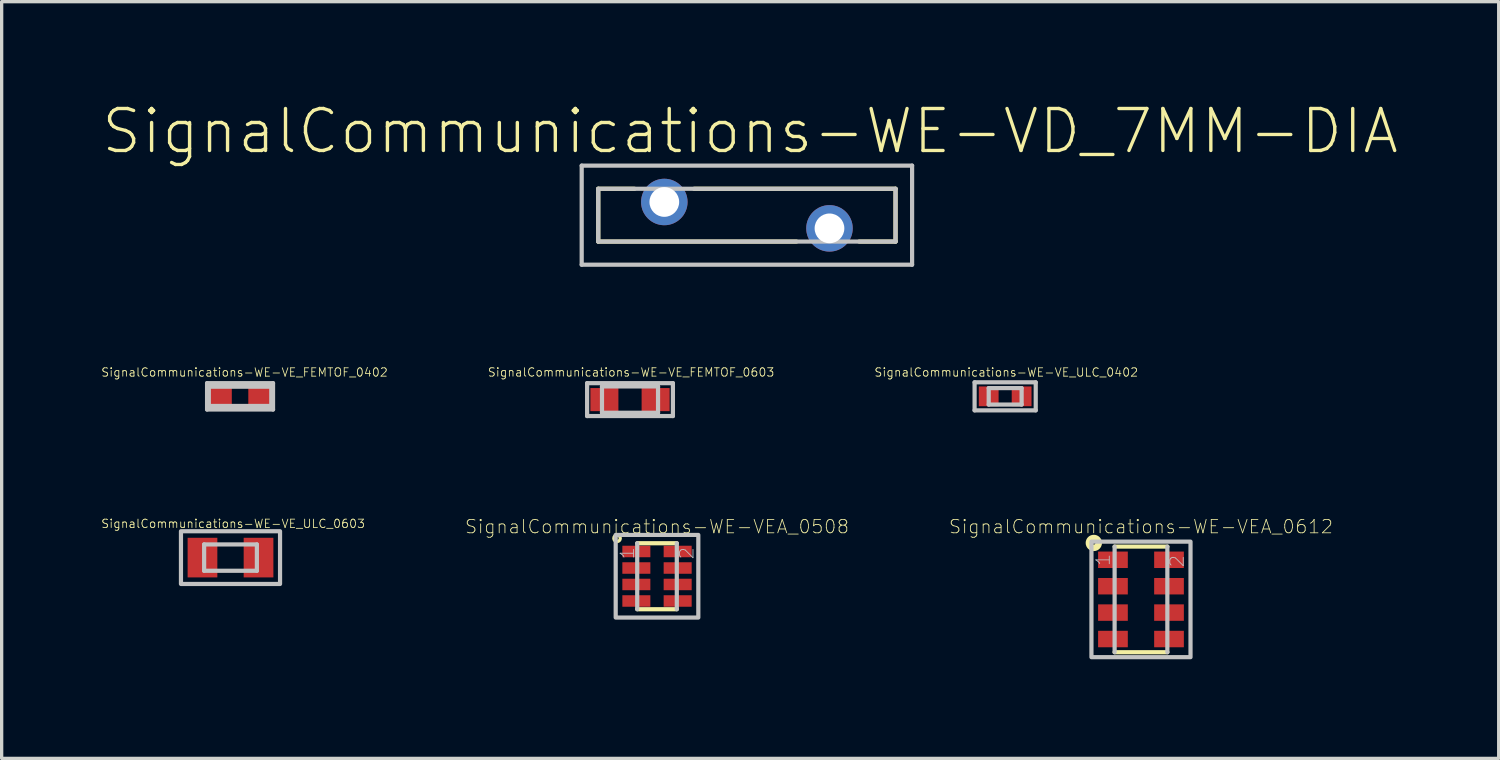
<source format=kicad_pcb>
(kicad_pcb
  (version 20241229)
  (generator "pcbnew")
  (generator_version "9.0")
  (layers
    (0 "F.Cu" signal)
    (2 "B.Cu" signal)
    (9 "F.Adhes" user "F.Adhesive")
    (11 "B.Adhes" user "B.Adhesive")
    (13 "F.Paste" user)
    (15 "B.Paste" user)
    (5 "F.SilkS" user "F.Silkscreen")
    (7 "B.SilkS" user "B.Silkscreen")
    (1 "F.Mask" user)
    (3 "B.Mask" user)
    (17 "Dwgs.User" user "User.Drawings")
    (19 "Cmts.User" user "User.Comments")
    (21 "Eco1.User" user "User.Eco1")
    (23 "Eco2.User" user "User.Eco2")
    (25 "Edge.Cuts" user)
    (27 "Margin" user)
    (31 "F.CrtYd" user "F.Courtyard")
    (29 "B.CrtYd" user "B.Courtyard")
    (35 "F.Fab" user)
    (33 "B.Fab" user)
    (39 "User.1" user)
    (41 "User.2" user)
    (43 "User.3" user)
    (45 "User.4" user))
  (footprint "SignalCommunications-WE-VE_FEMTOF_0603"
    (layer "F.Cu")
    (at 16.014 9.042)
    (property "Reference" "SignalCommunications-WE-VE_FEMTOF_0603" (at 0.033 -0.826 0) (layer "F.SilkS") (effects (font (size 0.254 0.254) (thickness 0.025))))
    (attr smd)
    (fp_line (start -1.298 0.498) (end -1.298 -0.498) (stroke (width 0.127) (type solid)) (layer "Dwgs.User"))
    (fp_line (start -0.848 -0.399) (end -0.848 0.399) (stroke (width 0.127) (type solid)) (layer "Dwgs.User"))
    (fp_line (start 0.848 -0.399) (end -0.848 -0.399) (stroke (width 0.127) (type solid)) (layer "Dwgs.User"))
    (fp_line (start 0.848 -0.399) (end 0.848 0.399) (stroke (width 0.127) (type solid)) (layer "Dwgs.User"))
    (fp_line (start 0.848 0.399) (end -0.848 0.399) (stroke (width 0.127) (type solid)) (layer "Dwgs.User"))
    (fp_line (start 1.298 -0.498) (end -1.298 -0.498) (stroke (width 0.127) (type solid)) (layer "Dwgs.User"))
    (fp_line (start 1.298 0.498) (end -1.298 0.498) (stroke (width 0.127) (type solid)) (layer "Dwgs.User"))
    (fp_line (start 1.298 0.498) (end 1.298 -0.498) (stroke (width 0.127) (type solid)) (layer "Dwgs.User"))
    (pad "1" smd rect (at -0.775 0) (size 0.848 0.699) (layers "F.Cu" "F.Mask" "F.Paste"))
    (pad "2" smd rect (at 0.775 0) (size 0.848 0.699) (layers "F.Cu" "F.Mask" "F.Paste")))
  (footprint "SignalCommunications-WE-VE_ULC_0402"
    (layer "F.Cu")
    (at 27.366 8.943)
    (property "Reference" "SignalCommunications-WE-VE_ULC_0402" (at 0.033 -0.726 0) (layer "F.SilkS") (effects (font (size 0.254 0.254) (thickness 0.025))))
    (attr smd)
    (fp_line (start -0.925 -0.424) (end -0.925 0.424) (stroke (width 0.127) (type solid)) (layer "Dwgs.User"))
    (fp_line (start -0.925 -0.424) (end 0.925 -0.424) (stroke (width 0.127) (type solid)) (layer "Dwgs.User"))
    (fp_line (start -0.925 0.424) (end 0.925 0.424) (stroke (width 0.127) (type solid)) (layer "Dwgs.User"))
    (fp_line (start -0.498 -0.249) (end -0.498 0.249) (stroke (width 0.127) (type solid)) (layer "Dwgs.User"))
    (fp_line (start -0.498 -0.249) (end 0.498 -0.249) (stroke (width 0.127) (type solid)) (layer "Dwgs.User"))
    (fp_line (start -0.498 0.249) (end 0.498 0.249) (stroke (width 0.127) (type solid)) (layer "Dwgs.User"))
    (fp_line (start 0.498 -0.249) (end 0.498 0.249) (stroke (width 0.127) (type solid)) (layer "Dwgs.User"))
    (fp_line (start 0.925 -0.424) (end 0.925 0.424) (stroke (width 0.127) (type solid)) (layer "Dwgs.User"))
    (pad "1" smd rect (at -0.498 0) (size 0.599 0.599) (layers "F.Cu" "F.Mask" "F.Paste"))
    (pad "2" smd rect (at 0.498 0) (size 0.599 0.599) (layers "F.Cu" "F.Mask" "F.Paste")))
  (footprint "SignalCommunications-WE-VE_ULC_0603"
    (layer "F.Cu")
    (at 3.925 13.823)
    (property "Reference" "SignalCommunications-WE-VE_ULC_0603" (at 0.079 -1.026 0) (layer "F.SilkS") (effects (font (size 0.254 0.254) (thickness 0.025))))
    (attr smd)
    (fp_line (start -0.798 -0.399) (end -0.798 0.399) (stroke (width 0.127) (type solid)) (layer "Dwgs.User"))
    (fp_line (start -0.798 -0.399) (end 0.798 -0.399) (stroke (width 0.127) (type solid)) (layer "Dwgs.User"))
    (fp_line (start -0.798 0.399) (end 0.798 0.399) (stroke (width 0.127) (type solid)) (layer "Dwgs.User"))
    (fp_line (start 0.798 -0.399) (end 0.798 0.399) (stroke (width 0.127) (type solid)) (layer "Dwgs.User"))
    (fp_poly (pts (xy -1.499 -0.798) (xy 1.499 -0.798) (xy 1.499 0.798) (xy -1.499 0.798) (xy -1.499 -0.798)) (stroke (width 0.127) (type solid)) (fill no) (layer "Dwgs.User"))
    (pad "1" smd rect (at -0.848 0) (size 0.899 1.199) (layers "F.Cu" "F.Mask" "F.Paste"))
    (pad "2" smd rect (at 0.848 0) (size 0.899 1.199) (layers "F.Cu" "F.Mask" "F.Paste")))
  (footprint "SignalCommunications-WE-VEA_0612"
    (layer "F.Cu")
    (at 31.476 15.088)
    (property "Reference" "SignalCommunications-WE-VEA_0612" (at 0 -2.202 0) (layer "F.SilkS") (effects (font (size 0.406 0.406) (thickness 0.025))))
    (attr smd)
    (fp_line (start 0.798 -1.598) (end -0.798 -1.598) (stroke (width 0.127) (type solid)) (layer "F.SilkS"))
    (fp_line (start 0.798 1.598) (end -0.798 1.598) (stroke (width 0.127) (type solid)) (layer "F.SilkS"))
    (fp_circle (center -1.427 -1.709) (end -1.427 -1.758) (stroke (width 0.198) (type solid)) (fill no) (layer "F.SilkS"))
    (fp_line (start -0.798 -1.598) (end -0.798 1.598) (stroke (width 0.127) (type solid)) (layer "Dwgs.User"))
    (fp_line (start 0.798 -1.598) (end 0.798 1.598) (stroke (width 0.127) (type solid)) (layer "Dwgs.User"))
    (fp_poly (pts (xy 1.499 -1.748) (xy 1.499 1.748) (xy -1.499 1.748) (xy -1.499 -1.748) (xy 1.499 -1.748)) (stroke (width 0.127) (type solid)) (fill no) (layer "Dwgs.User"))
    (fp_text user "2" (at 1.092 -1.156 270) (layer "Dwgs.User") (effects (font (size 0.406 0.406) (thickness 0.025))))
    (fp_text user "1" (at -1.146 -1.196 270) (layer "Dwgs.User") (effects (font (size 0.406 0.406) (thickness 0.025))))
    (pad "1" smd rect (at -0.848 -1.199 270) (size 0.498 0.899) (layers "F.Cu" "F.Mask" "F.Paste"))
    (pad "2" smd rect (at 0.848 -1.199 270) (size 0.498 0.899) (layers "F.Cu" "F.Mask" "F.Paste"))
    (pad "3" smd rect (at -0.848 -0.399 270) (size 0.498 0.899) (layers "F.Cu" "F.Mask" "F.Paste"))
    (pad "4" smd rect (at 0.848 -0.399 270) (size 0.498 0.899) (layers "F.Cu" "F.Mask" "F.Paste"))
    (pad "5" smd rect (at -0.848 0.399 270) (size 0.498 0.899) (layers "F.Cu" "F.Mask" "F.Paste"))
    (pad "6" smd rect (at 0.848 0.399 270) (size 0.498 0.899) (layers "F.Cu" "F.Mask" "F.Paste"))
    (pad "7" smd rect (at -0.848 1.199 270) (size 0.498 0.899) (layers "F.Cu" "F.Mask" "F.Paste"))
    (pad "8" smd rect (at 0.848 1.199 270) (size 0.498 0.899) (layers "F.Cu" "F.Mask" "F.Paste")))
  (footprint "SignalCommunications-WE-VD_7MM-DIA"
    (layer "F.Cu")
    (at 19.551 3.461)
    (property "Reference" "SignalCommunications-WE-VD_7MM-DIA" (at 0.099 -2.54 0) (layer "F.SilkS") (effects (font (size 1.27 1.27) (thickness 0.102))))
    (attr exclude_from_pos_files exclude_from_bom)
    (fp_line (start -4.498 -0.798) (end -3.399 -0.798) (stroke (width 0.127) (type solid)) (layer "F.SilkS"))
    (fp_line (start -4.498 0.798) (end -4.498 -0.798) (stroke (width 0.127) (type solid)) (layer "F.SilkS"))
    (fp_line (start -1.598 -0.798) (end 4.498 -0.798) (stroke (width 0.127) (type solid)) (layer "F.SilkS"))
    (fp_line (start 1.499 0.798) (end -4.498 0.798) (stroke (width 0.127) (type solid)) (layer "F.SilkS"))
    (fp_line (start 4.498 -0.798) (end 4.498 0.798) (stroke (width 0.127) (type solid)) (layer "F.SilkS"))
    (fp_line (start 4.498 0.798) (end 3.399 0.798) (stroke (width 0.127) (type solid)) (layer "F.SilkS"))
    (fp_line (start -4.999 -1.499) (end 4.999 -1.499) (stroke (width 0.127) (type solid)) (layer "Dwgs.User"))
    (fp_line (start -4.999 1.499) (end -4.999 -1.499) (stroke (width 0.127) (type solid)) (layer "Dwgs.User"))
    (fp_line (start -4.498 -0.798) (end 4.498 -0.798) (stroke (width 0.127) (type solid)) (layer "Dwgs.User"))
    (fp_line (start -4.498 0.798) (end -4.498 -0.798) (stroke (width 0.127) (type solid)) (layer "Dwgs.User"))
    (fp_line (start 4.498 -0.798) (end 4.498 0.798) (stroke (width 0.127) (type solid)) (layer "Dwgs.User"))
    (fp_line (start 4.498 0.798) (end -4.498 0.798) (stroke (width 0.127) (type solid)) (layer "Dwgs.User"))
    (fp_line (start 4.999 -1.499) (end 4.999 1.499) (stroke (width 0.127) (type solid)) (layer "Dwgs.User"))
    (fp_line (start 4.999 1.499) (end -4.999 1.499) (stroke (width 0.127) (type solid)) (layer "Dwgs.User"))
    (pad "1" thru_hole circle (at -2.499 -0.399) (size 1.407 1.407) (drill 0.899) (layers "*.Cu" "*.Paste" "*.Mask"))
    (pad "2" thru_hole circle (at 2.499 0.399) (size 1.407 1.407) (drill 0.899) (layers "*.Cu" "*.Paste" "*.Mask")))
  (footprint "SignalCommunications-WE-VE_FEMTOF_0402"
    (layer "F.Cu")
    (at 4.214 8.943)
    (property "Reference" "SignalCommunications-WE-VE_FEMTOF_0402" (at 0.135 -0.726 0) (layer "F.SilkS") (effects (font (size 0.254 0.254) (thickness 0.025))))
    (attr smd)
    (fp_line (start -0.998 0.399) (end -0.998 -0.399) (stroke (width 0.127) (type solid)) (layer "Dwgs.User"))
    (fp_line (start -0.945 0.292) (end -0.945 -0.297) (stroke (width 0.127) (type solid)) (layer "Dwgs.User"))
    (fp_line (start 0.94 -0.292) (end -0.945 -0.292) (stroke (width 0.127) (type solid)) (layer "Dwgs.User"))
    (fp_line (start 0.94 0.292) (end -0.945 0.292) (stroke (width 0.127) (type solid)) (layer "Dwgs.User"))
    (fp_line (start 0.945 0.292) (end 0.945 -0.297) (stroke (width 0.127) (type solid)) (layer "Dwgs.User"))
    (fp_line (start 0.998 -0.399) (end -0.998 -0.399) (stroke (width 0.127) (type solid)) (layer "Dwgs.User"))
    (fp_line (start 0.998 0.399) (end -0.998 0.399) (stroke (width 0.127) (type solid)) (layer "Dwgs.User"))
    (fp_line (start 0.998 0.399) (end 0.998 -0.399) (stroke (width 0.127) (type solid)) (layer "Dwgs.User"))
    (pad "1" smd rect (at -0.599 0) (size 0.699 0.599) (layers "F.Cu" "F.Mask" "F.Paste"))
    (pad "2" smd rect (at 0.599 0) (size 0.699 0.599) (layers "F.Cu" "F.Mask" "F.Paste")))
  (footprint "SignalCommunications-WE-VEA_0508"
    (layer "F.Cu")
    (at 16.831 14.387)
    (property "Reference" "SignalCommunications-WE-VEA_0508" (at 0 -1.501 0) (layer "F.SilkS") (effects (font (size 0.406 0.406) (thickness 0.025))))
    (attr smd)
    (fp_line (start 0.599 -0.998) (end -0.599 -0.998) (stroke (width 0.127) (type solid)) (layer "F.SilkS"))
    (fp_line (start 0.599 0.998) (end -0.599 0.998) (stroke (width 0.127) (type solid)) (layer "F.SilkS"))
    (fp_circle (center -1.209 -1.148) (end -1.209 -1.196) (stroke (width 0.099) (type solid)) (fill no) (layer "F.SilkS"))
    (fp_line (start -0.599 -0.998) (end -0.599 0.998) (stroke (width 0.127) (type solid)) (layer "Dwgs.User"))
    (fp_line (start 0.599 -0.998) (end 0.599 0.998) (stroke (width 0.127) (type solid)) (layer "Dwgs.User"))
    (fp_poly (pts (xy 1.25 -1.25) (xy 1.25 1.25) (xy -1.25 1.25) (xy -1.25 -1.25) (xy 1.25 -1.25)) (stroke (width 0.127) (type solid)) (fill no) (layer "Dwgs.User"))
    (fp_text user "2" (at 0.902 -0.696 270) (layer "Dwgs.User") (effects (font (size 0.406 0.406) (thickness 0.025))))
    (fp_text user "1" (at -0.897 -0.696 270) (layer "Dwgs.User") (effects (font (size 0.406 0.406) (thickness 0.025))))
    (pad "1" smd rect (at -0.625 -0.749 270) (size 0.348 0.848) (layers "F.Cu" "F.Mask" "F.Paste"))
    (pad "2" smd rect (at 0.625 -0.749 270) (size 0.348 0.848) (layers "F.Cu" "F.Mask" "F.Paste"))
    (pad "3" smd rect (at -0.625 -0.249 270) (size 0.348 0.848) (layers "F.Cu" "F.Mask" "F.Paste"))
    (pad "4" smd rect (at 0.625 -0.249 270) (size 0.348 0.848) (layers "F.Cu" "F.Mask" "F.Paste"))
    (pad "5" smd rect (at -0.625 0.249 270) (size 0.348 0.848) (layers "F.Cu" "F.Mask" "F.Paste"))
    (pad "6" smd rect (at 0.625 0.249 270) (size 0.348 0.848) (layers "F.Cu" "F.Mask" "F.Paste"))
    (pad "7" smd rect (at -0.625 0.749 270) (size 0.348 0.848) (layers "F.Cu" "F.Mask" "F.Paste"))
    (pad "8" smd rect (at 0.625 0.749 270) (size 0.348 0.848) (layers "F.Cu" "F.Mask" "F.Paste")))
  (gr_rect
    (start -3 -3)
    (end 42.3 19.899)
    (stroke (width 0.1) (type default))
    (fill no)
    (layer "Edge.Cuts")))
</source>
